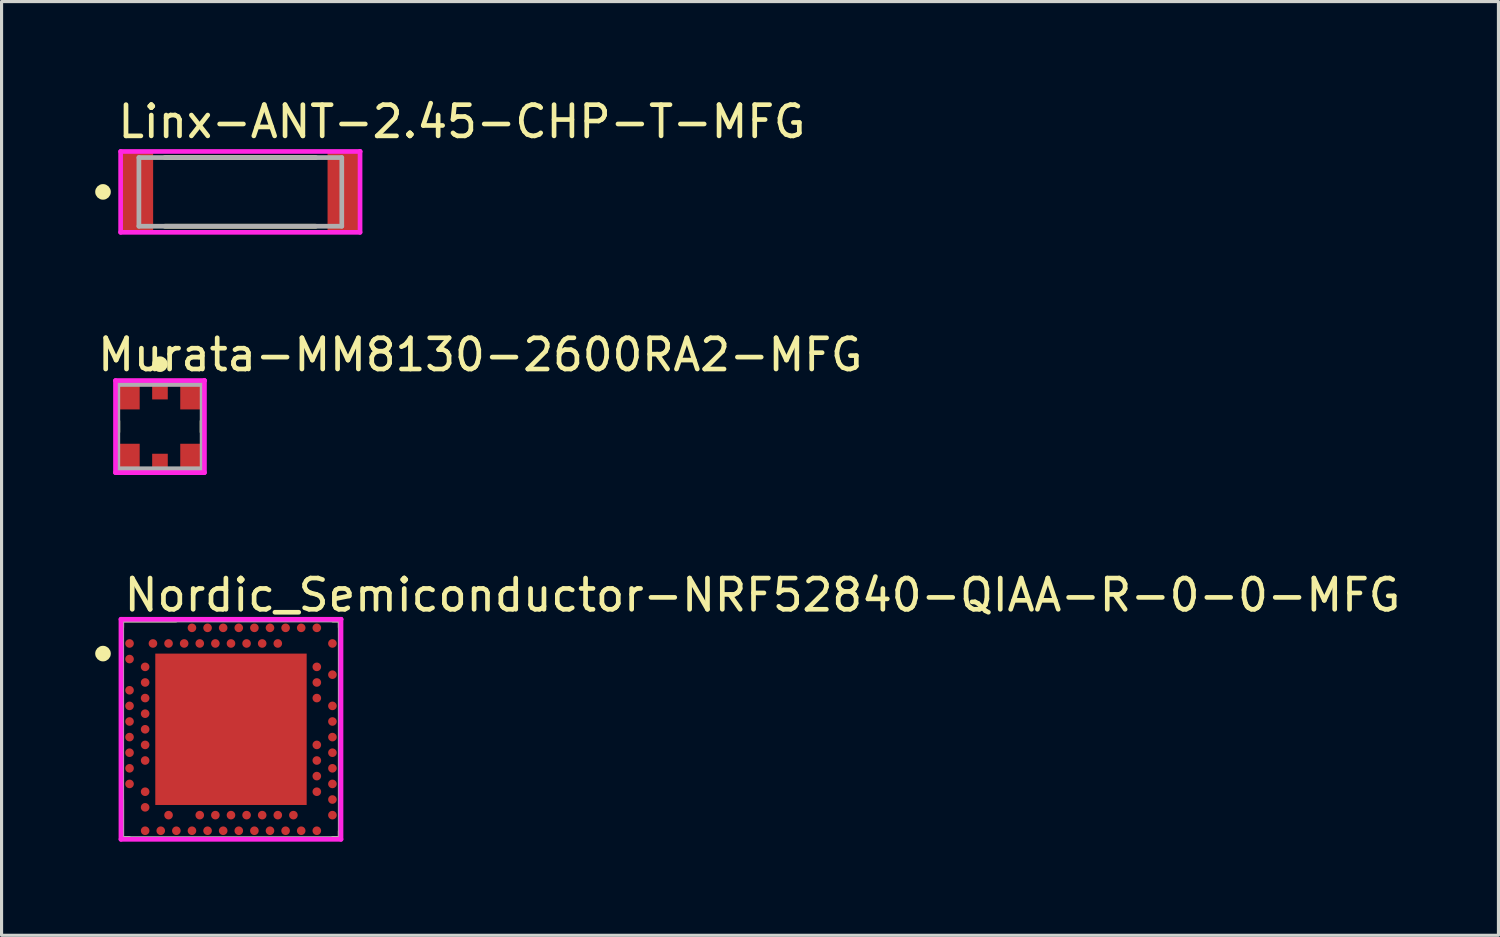
<source format=kicad_pcb>
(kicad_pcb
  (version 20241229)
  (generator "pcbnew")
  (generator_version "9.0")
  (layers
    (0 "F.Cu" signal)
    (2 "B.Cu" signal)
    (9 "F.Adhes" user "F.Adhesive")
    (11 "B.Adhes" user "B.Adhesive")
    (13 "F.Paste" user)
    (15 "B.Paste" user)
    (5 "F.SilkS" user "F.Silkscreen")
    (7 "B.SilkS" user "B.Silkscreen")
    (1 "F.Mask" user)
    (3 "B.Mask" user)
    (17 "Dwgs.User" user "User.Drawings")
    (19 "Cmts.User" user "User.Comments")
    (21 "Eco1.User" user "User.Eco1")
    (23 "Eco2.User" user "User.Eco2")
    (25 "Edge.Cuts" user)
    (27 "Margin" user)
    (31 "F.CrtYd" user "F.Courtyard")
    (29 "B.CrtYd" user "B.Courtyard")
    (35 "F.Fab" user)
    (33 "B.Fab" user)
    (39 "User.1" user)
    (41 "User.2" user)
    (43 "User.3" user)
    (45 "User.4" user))
  (footprint "Murata-MM8130-2600RA2-MFG"
    (layer "F.Cu")
    (at 2.075 10.617)
    (property "Reference" "Murata-MM8130-2600RA2-MFG" (at -2.075 -2.3 0) (layer "F.SilkS") (effects (font (size 1 1) (thickness 0.15)) (justify left)))
    (attr through_hole)
    (fp_line (start -1.35 0.175) (end -1.35 -0.175) (stroke (width 0.15) (type solid)) (layer "F.SilkS"))
    (fp_line (start 1.35 0.175) (end 1.35 -0.175) (stroke (width 0.15) (type solid)) (layer "F.SilkS"))
    (fp_circle (center 0 -2) (end 0.125 -2) (stroke (width 0.25) (type solid)) (fill no) (layer "F.SilkS"))
    (fp_line (start -1.425 -1.475) (end -1.425 1.475) (stroke (width 0.15) (type solid)) (layer "F.CrtYd"))
    (fp_line (start -1.425 1.475) (end 1.425 1.475) (stroke (width 0.15) (type solid)) (layer "F.CrtYd"))
    (fp_line (start 1.425 -1.475) (end -1.425 -1.475) (stroke (width 0.15) (type solid)) (layer "F.CrtYd"))
    (fp_line (start 1.425 -1.475) (end 1.425 -1.475) (stroke (width 0.15) (type solid)) (layer "F.CrtYd"))
    (fp_line (start 1.425 1.475) (end 1.425 -1.475) (stroke (width 0.15) (type solid)) (layer "F.CrtYd"))
    (fp_line (start -1.35 -1.35) (end 1.35 -1.35) (stroke (width 0.15) (type solid)) (layer "F.Fab"))
    (fp_line (start -1.35 1.35) (end -1.35 -1.35) (stroke (width 0.15) (type solid)) (layer "F.Fab"))
    (fp_line (start 1.35 -1.35) (end 1.35 1.35) (stroke (width 0.15) (type solid)) (layer "F.Fab"))
    (fp_line (start 1.35 1.35) (end -1.35 1.35) (stroke (width 0.15) (type solid)) (layer "F.Fab"))
    (pad "" smd rect (at -0.945 -0.95) (size 0.59 0.8) (layers "F.Paste"))
    (pad "" smd rect (at -0.945 0.95) (size 0.59 0.8) (layers "F.Paste"))
    (pad "" smd rect (at 0 -1.21) (size 0.28 0.28) (layers "F.Paste"))
    (pad "" smd rect (at 0 1.21) (size 0.28 0.28) (layers "F.Paste"))
    (pad "" smd rect (at 0.945 -0.95) (size 0.59 0.8) (layers "F.Paste"))
    (pad "" smd rect (at 0.945 0.95) (size 0.59 0.8) (layers "F.Paste"))
    (pad "1" smd rect (at 0 -1.16) (size 0.5 0.58) (layers "F.Cu" "F.Mask"))
    (pad "2" smd rect (at 0 1.16) (size 0.5 0.58) (layers "F.Cu" "F.Mask"))
    (pad "3" smd rect (at -1.025 -0.95) (size 0.75 0.8) (layers "F.Cu" "F.Mask"))
    (pad "4" smd rect (at 1.025 -0.95) (size 0.75 0.8) (layers "F.Cu" "F.Mask"))
    (pad "5" smd rect (at -1.025 0.95) (size 0.75 0.8) (layers "F.Cu" "F.Mask"))
    (pad "6" smd rect (at 1.025 0.95) (size 0.75 0.8) (layers "F.Cu" "F.Mask")))
  (footprint "Nordic_Semiconductor-NRF52840-QIAA-R-0-0-MFG"
    (layer "F.Cu")
    (at 4.35 20.315)
    (property "Reference" "Nordic_Semiconductor-NRF52840-QIAA-R-0-0-MFG" (at -3.5 -4.3 0) (layer "F.SilkS") (effects (font (size 1 1) (thickness 0.15)) (justify left)))
    (attr through_hole)
    (fp_line (start -3.5 -3.5) (end -1.762 -3.5) (stroke (width 0.15) (type solid)) (layer "F.SilkS"))
    (fp_line (start -3.5 -3.263) (end -3.5 -3.5) (stroke (width 0.15) (type solid)) (layer "F.SilkS"))
    (fp_line (start -3.5 3.5) (end -3.5 2.263) (stroke (width 0.15) (type solid)) (layer "F.SilkS"))
    (fp_line (start -3.5 3.5) (end -3.263 3.5) (stroke (width 0.15) (type solid)) (layer "F.SilkS"))
    (fp_line (start 3.263 -3.5) (end 3.5 -3.5) (stroke (width 0.15) (type solid)) (layer "F.SilkS"))
    (fp_line (start 3.263 3.5) (end 3.5 3.5) (stroke (width 0.15) (type solid)) (layer "F.SilkS"))
    (fp_line (start 3.5 -3.263) (end 3.5 -3.5) (stroke (width 0.15) (type solid)) (layer "F.SilkS"))
    (fp_line (start 3.5 3.5) (end 3.5 3.263) (stroke (width 0.15) (type solid)) (layer "F.SilkS"))
    (fp_circle (center -4.1 -2.425) (end -3.975 -2.425) (stroke (width 0.25) (type solid)) (fill no) (layer "F.SilkS"))
    (fp_line (start -3.525 -3.525) (end -3.525 3.525) (stroke (width 0.15) (type solid)) (layer "F.CrtYd"))
    (fp_line (start -3.525 3.525) (end 3.525 3.525) (stroke (width 0.15) (type solid)) (layer "F.CrtYd"))
    (fp_line (start 3.525 -3.525) (end -3.525 -3.525) (stroke (width 0.15) (type solid)) (layer "F.CrtYd"))
    (fp_line (start 3.525 -3.525) (end 3.525 -3.525) (stroke (width 0.15) (type solid)) (layer "F.CrtYd"))
    (fp_line (start 3.525 3.525) (end 3.525 -3.525) (stroke (width 0.15) (type solid)) (layer "F.CrtYd"))
    (fp_line (start -3.5 -3.5) (end 3.5 -3.5) (stroke (width 0.15) (type solid)) (layer "F.Fab"))
    (fp_line (start -3.5 3.5) (end -3.5 -3.5) (stroke (width 0.15) (type solid)) (layer "F.Fab"))
    (fp_line (start 3.5 -3.5) (end 3.5 3.5) (stroke (width 0.15) (type solid)) (layer "F.Fab"))
    (fp_line (start 3.5 3.5) (end -3.5 3.5) (stroke (width 0.15) (type solid)) (layer "F.Fab"))
    (pad "1" smd rect (at 0 0) (size 4.85 4.85) (layers "F.Cu" "F.Mask" "F.Paste"))
    (pad "A8" smd circle (at -1.25 -3.25) (size 0.275 0.275) (layers "F.Cu" "F.Mask" "F.Paste"))
    (pad "A10" smd circle (at -0.75 -3.25) (size 0.275 0.275) (layers "F.Cu" "F.Mask" "F.Paste"))
    (pad "A12" smd circle (at -0.25 -3.25) (size 0.275 0.275) (layers "F.Cu" "F.Mask" "F.Paste"))
    (pad "A14" smd circle (at 0.25 -3.25) (size 0.275 0.275) (layers "F.Cu" "F.Mask" "F.Paste"))
    (pad "A16" smd circle (at 0.75 -3.25) (size 0.275 0.275) (layers "F.Cu" "F.Mask" "F.Paste"))
    (pad "A18" smd circle (at 1.25 -3.25) (size 0.275 0.275) (layers "F.Cu" "F.Mask" "F.Paste"))
    (pad "A20" smd circle (at 1.75 -3.25) (size 0.275 0.275) (layers "F.Cu" "F.Mask" "F.Paste"))
    (pad "A22" smd circle (at 2.25 -3.25) (size 0.275 0.275) (layers "F.Cu" "F.Mask" "F.Paste"))
    (pad "A23" smd circle (at 2.75 -3.25) (size 0.275 0.275) (layers "F.Cu" "F.Mask" "F.Paste"))
    (pad "AA24" smd circle (at 3.25 2.25) (size 0.275 0.275) (layers "F.Cu" "F.Mask" "F.Paste"))
    (pad "AB2" smd circle (at -2.75 2.5) (size 0.275 0.275) (layers "F.Cu" "F.Mask" "F.Paste"))
    (pad "AC5" smd circle (at -2 2.75) (size 0.275 0.275) (layers "F.Cu" "F.Mask" "F.Paste"))
    (pad "AC9" smd circle (at -1 2.75) (size 0.275 0.275) (layers "F.Cu" "F.Mask" "F.Paste"))
    (pad "AC11" smd circle (at -0.5 2.75) (size 0.275 0.275) (layers "F.Cu" "F.Mask" "F.Paste"))
    (pad "AC13" smd circle (at 0 2.75) (size 0.275 0.275) (layers "F.Cu" "F.Mask" "F.Paste"))
    (pad "AC15" smd circle (at 0.5 2.75) (size 0.275 0.275) (layers "F.Cu" "F.Mask" "F.Paste"))
    (pad "AC17" smd circle (at 1 2.75) (size 0.275 0.275) (layers "F.Cu" "F.Mask" "F.Paste"))
    (pad "AC19" smd circle (at 1.5 2.75) (size 0.275 0.275) (layers "F.Cu" "F.Mask" "F.Paste"))
    (pad "AC21" smd circle (at 2 2.75) (size 0.275 0.275) (layers "F.Cu" "F.Mask" "F.Paste"))
    (pad "AC24" smd circle (at 3.25 2.75) (size 0.275 0.275) (layers "F.Cu" "F.Mask" "F.Paste"))
    (pad "AD2" smd circle (at -2.75 3.25) (size 0.275 0.275) (layers "F.Cu" "F.Mask" "F.Paste"))
    (pad "AD4" smd circle (at -2.25 3.25) (size 0.275 0.275) (layers "F.Cu" "F.Mask" "F.Paste"))
    (pad "AD6" smd circle (at -1.75 3.25) (size 0.275 0.275) (layers "F.Cu" "F.Mask" "F.Paste"))
    (pad "AD8" smd circle (at -1.25 3.25) (size 0.275 0.275) (layers "F.Cu" "F.Mask" "F.Paste"))
    (pad "AD10" smd circle (at -0.75 3.25) (size 0.275 0.275) (layers "F.Cu" "F.Mask" "F.Paste"))
    (pad "AD12" smd circle (at -0.25 3.25) (size 0.275 0.275) (layers "F.Cu" "F.Mask" "F.Paste"))
    (pad "AD14" smd circle (at 0.25 3.25) (size 0.275 0.275) (layers "F.Cu" "F.Mask" "F.Paste"))
    (pad "AD16" smd circle (at 0.75 3.25) (size 0.275 0.275) (layers "F.Cu" "F.Mask" "F.Paste"))
    (pad "AD18" smd circle (at 1.25 3.25) (size 0.275 0.275) (layers "F.Cu" "F.Mask" "F.Paste"))
    (pad "AD20" smd circle (at 1.75 3.25) (size 0.275 0.275) (layers "F.Cu" "F.Mask" "F.Paste"))
    (pad "AD22" smd circle (at 2.25 3.25) (size 0.275 0.275) (layers "F.Cu" "F.Mask" "F.Paste"))
    (pad "AD23" smd circle (at 2.75 3.25) (size 0.275 0.275) (layers "F.Cu" "F.Mask" "F.Paste"))
    (pad "B1" smd circle (at -3.25 -2.75) (size 0.275 0.275) (layers "F.Cu" "F.Mask" "F.Paste"))
    (pad "B3" smd circle (at -2.5 -2.75) (size 0.275 0.275) (layers "F.Cu" "F.Mask" "F.Paste"))
    (pad "B5" smd circle (at -2 -2.75) (size 0.275 0.275) (layers "F.Cu" "F.Mask" "F.Paste"))
    (pad "B7" smd circle (at -1.5 -2.75) (size 0.275 0.275) (layers "F.Cu" "F.Mask" "F.Paste"))
    (pad "B9" smd circle (at -1 -2.75) (size 0.275 0.275) (layers "F.Cu" "F.Mask" "F.Paste"))
    (pad "B11" smd circle (at -0.5 -2.75) (size 0.275 0.275) (layers "F.Cu" "F.Mask" "F.Paste"))
    (pad "B13" smd circle (at 0 -2.75) (size 0.275 0.275) (layers "F.Cu" "F.Mask" "F.Paste"))
    (pad "B15" smd circle (at 0.5 -2.75) (size 0.275 0.275) (layers "F.Cu" "F.Mask" "F.Paste"))
    (pad "B17" smd circle (at 1 -2.75) (size 0.275 0.275) (layers "F.Cu" "F.Mask" "F.Paste"))
    (pad "B19" smd circle (at 1.5 -2.75) (size 0.275 0.275) (layers "F.Cu" "F.Mask" "F.Paste"))
    (pad "B24" smd circle (at 3.25 -2.75) (size 0.275 0.275) (layers "F.Cu" "F.Mask" "F.Paste"))
    (pad "C1" smd circle (at -3.25 -2.25) (size 0.275 0.275) (layers "F.Cu" "F.Mask" "F.Paste"))
    (pad "D2" smd circle (at -2.75 -2) (size 0.275 0.275) (layers "F.Cu" "F.Mask" "F.Paste"))
    (pad "D23" smd circle (at 2.75 -2) (size 0.275 0.275) (layers "F.Cu" "F.Mask" "F.Paste"))
    (pad "E24" smd circle (at 3.25 -1.75) (size 0.275 0.275) (layers "F.Cu" "F.Mask" "F.Paste"))
    (pad "F2" smd circle (at -2.75 -1.5) (size 0.275 0.275) (layers "F.Cu" "F.Mask" "F.Paste"))
    (pad "F23" smd circle (at 2.75 -1.5) (size 0.275 0.275) (layers "F.Cu" "F.Mask" "F.Paste"))
    (pad "G1" smd circle (at -3.25 -1.25) (size 0.275 0.275) (layers "F.Cu" "F.Mask" "F.Paste"))
    (pad "H2" smd circle (at -2.75 -1) (size 0.275 0.275) (layers "F.Cu" "F.Mask" "F.Paste"))
    (pad "H23" smd circle (at 2.75 -1) (size 0.275 0.275) (layers "F.Cu" "F.Mask" "F.Paste"))
    (pad "J1" smd circle (at -3.25 -0.75) (size 0.275 0.275) (layers "F.Cu" "F.Mask" "F.Paste"))
    (pad "J24" smd circle (at 3.25 -0.75) (size 0.275 0.275) (layers "F.Cu" "F.Mask" "F.Paste"))
    (pad "K2" smd circle (at -2.75 -0.5) (size 0.275 0.275) (layers "F.Cu" "F.Mask" "F.Paste"))
    (pad "L1" smd circle (at -3.25 -0.25) (size 0.275 0.275) (layers "F.Cu" "F.Mask" "F.Paste"))
    (pad "L24" smd circle (at 3.25 -0.25) (size 0.275 0.275) (layers "F.Cu" "F.Mask" "F.Paste"))
    (pad "M2" smd circle (at -2.75 0) (size 0.275 0.275) (layers "F.Cu" "F.Mask" "F.Paste"))
    (pad "N1" smd circle (at -3.25 0.25) (size 0.275 0.275) (layers "F.Cu" "F.Mask" "F.Paste"))
    (pad "N24" smd circle (at 3.25 0.25) (size 0.275 0.275) (layers "F.Cu" "F.Mask" "F.Paste"))
    (pad "P2" smd circle (at -2.75 0.5) (size 0.275 0.275) (layers "F.Cu" "F.Mask" "F.Paste"))
    (pad "P23" smd circle (at 2.75 0.5) (size 0.275 0.275) (layers "F.Cu" "F.Mask" "F.Paste"))
    (pad "R1" smd circle (at -3.25 0.75) (size 0.275 0.275) (layers "F.Cu" "F.Mask" "F.Paste"))
    (pad "R24" smd circle (at 3.25 0.75) (size 0.275 0.275) (layers "F.Cu" "F.Mask" "F.Paste"))
    (pad "T2" smd circle (at -2.75 1) (size 0.275 0.275) (layers "F.Cu" "F.Mask" "F.Paste"))
    (pad "T23" smd circle (at 2.75 1) (size 0.275 0.275) (layers "F.Cu" "F.Mask" "F.Paste"))
    (pad "U1" smd circle (at -3.25 1.25) (size 0.275 0.275) (layers "F.Cu" "F.Mask" "F.Paste"))
    (pad "U24" smd circle (at 3.25 1.25) (size 0.275 0.275) (layers "F.Cu" "F.Mask" "F.Paste"))
    (pad "V23" smd circle (at 2.75 1.5) (size 0.275 0.275) (layers "F.Cu" "F.Mask" "F.Paste"))
    (pad "W1" smd circle (at -3.25 1.75) (size 0.275 0.275) (layers "F.Cu" "F.Mask" "F.Paste"))
    (pad "W24" smd circle (at 3.25 1.75) (size 0.275 0.275) (layers "F.Cu" "F.Mask" "F.Paste"))
    (pad "Y2" smd circle (at -2.75 2) (size 0.275 0.275) (layers "F.Cu" "F.Mask" "F.Paste"))
    (pad "Y23" smd circle (at 2.75 2) (size 0.275 0.275) (layers "F.Cu" "F.Mask" "F.Paste")))
  (footprint "Linx-ANT-2.45-CHP-T-MFG"
    (layer "F.Cu")
    (at 4.65 3.098)
    (property "Reference" "Linx-ANT-2.45-CHP-T-MFG" (at -4 -2.25 0) (layer "F.SilkS") (effects (font (size 1 1) (thickness 0.15)) (justify left)))
    (attr through_hole)
    (fp_line (start -2.419 -1.1) (end 2.419 -1.1) (stroke (width 0.15) (type solid)) (layer "F.SilkS"))
    (fp_line (start -2.419 1.1) (end 2.419 1.1) (stroke (width 0.15) (type solid)) (layer "F.SilkS"))
    (fp_circle (center -4.4 0) (end -4.275 0) (stroke (width 0.25) (type solid)) (fill no) (layer "F.SilkS"))
    (fp_line (start -3.835 -1.295) (end -3.835 1.295) (stroke (width 0.15) (type solid)) (layer "F.CrtYd"))
    (fp_line (start -3.835 1.295) (end 3.835 1.295) (stroke (width 0.15) (type solid)) (layer "F.CrtYd"))
    (fp_line (start 3.835 -1.295) (end -3.835 -1.295) (stroke (width 0.15) (type solid)) (layer "F.CrtYd"))
    (fp_line (start 3.835 -1.295) (end 3.835 -1.295) (stroke (width 0.15) (type solid)) (layer "F.CrtYd"))
    (fp_line (start 3.835 1.295) (end 3.835 -1.295) (stroke (width 0.15) (type solid)) (layer "F.CrtYd"))
    (fp_line (start -3.25 -1.1) (end 3.25 -1.1) (stroke (width 0.15) (type solid)) (layer "F.Fab"))
    (fp_line (start -3.25 1.1) (end -3.25 -1.1) (stroke (width 0.15) (type solid)) (layer "F.Fab"))
    (fp_line (start 3.25 -1.1) (end 3.25 1.1) (stroke (width 0.15) (type solid)) (layer "F.Fab"))
    (fp_line (start 3.25 1.1) (end -3.25 1.1) (stroke (width 0.15) (type solid)) (layer "F.Fab"))
    (pad "1" smd rect (at -3.302 0) (size 1.016 2.54) (layers "F.Cu" "F.Mask" "F.Paste"))
    (pad "2" smd rect (at 3.302 0) (size 1.016 2.54) (layers "F.Cu" "F.Mask" "F.Paste")))
  (gr_rect
    (start -3 -3)
    (end 44.957 26.915)
    (stroke (width 0.1) (type default))
    (fill no)
    (layer "Edge.Cuts")))
</source>
